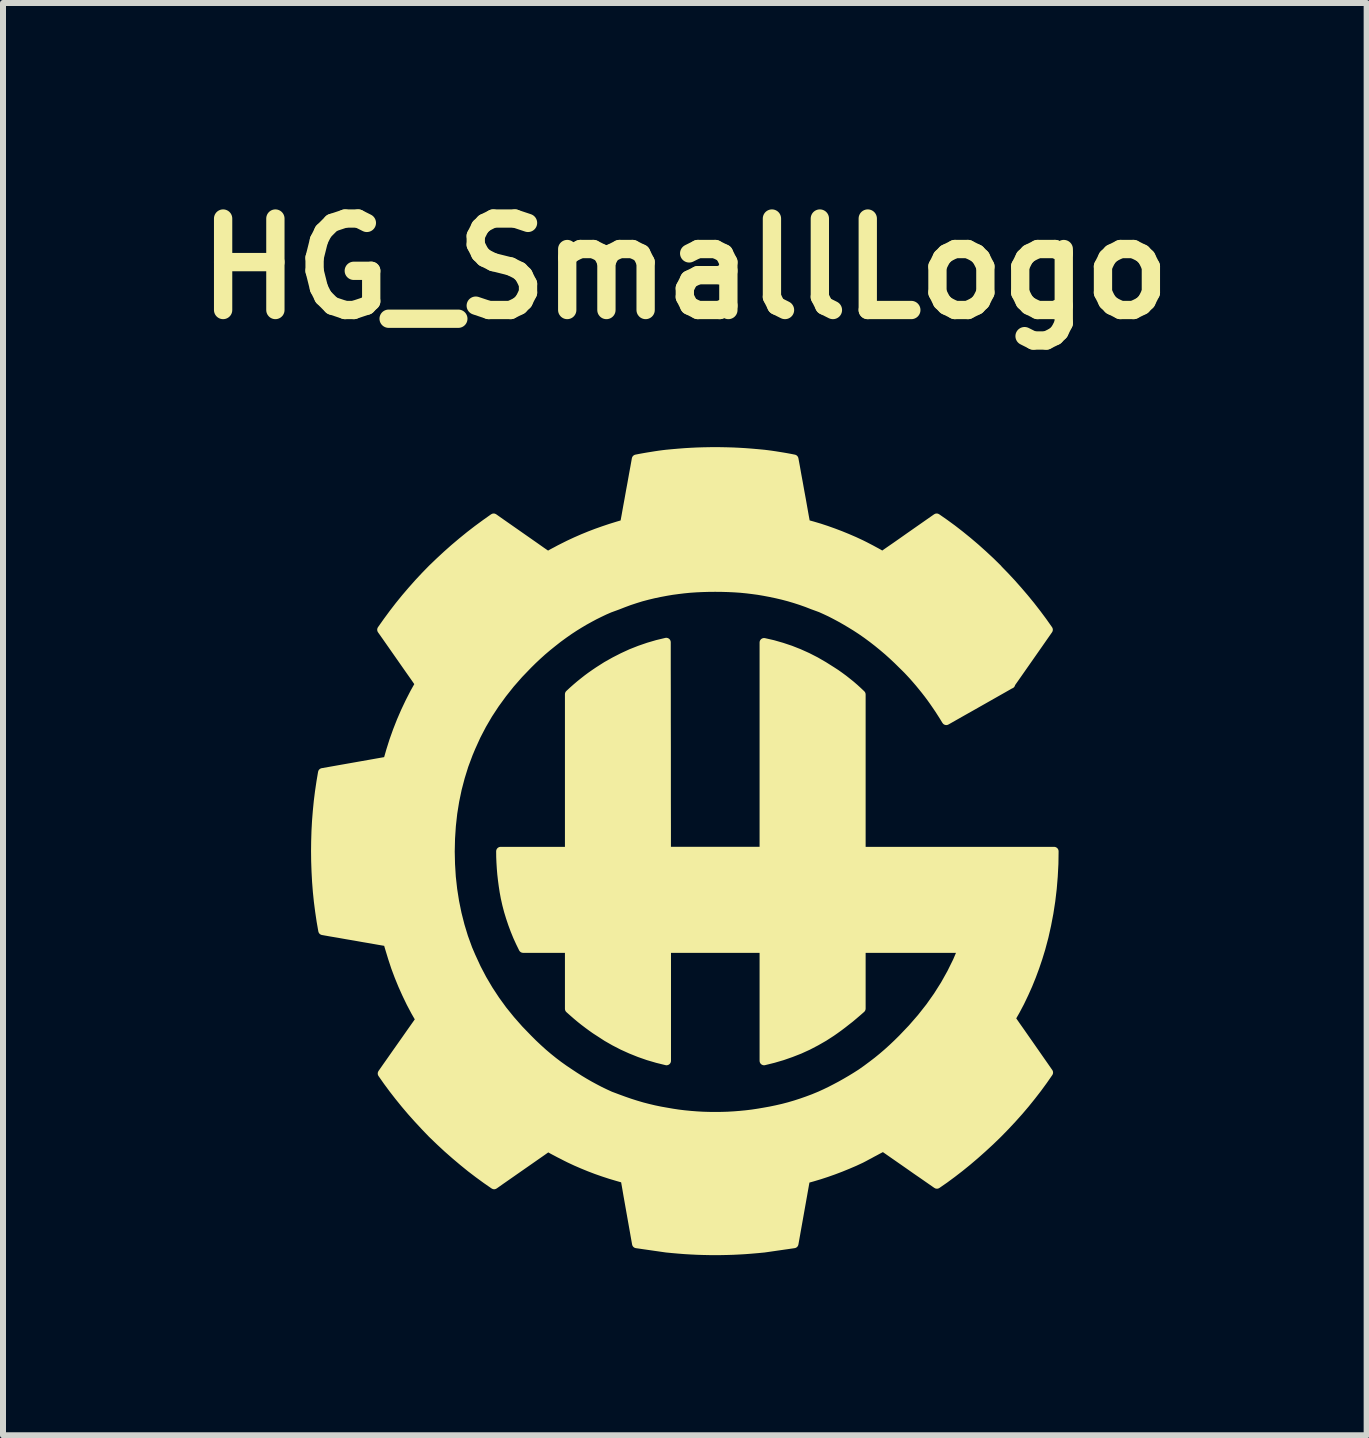
<source format=kicad_pcb>
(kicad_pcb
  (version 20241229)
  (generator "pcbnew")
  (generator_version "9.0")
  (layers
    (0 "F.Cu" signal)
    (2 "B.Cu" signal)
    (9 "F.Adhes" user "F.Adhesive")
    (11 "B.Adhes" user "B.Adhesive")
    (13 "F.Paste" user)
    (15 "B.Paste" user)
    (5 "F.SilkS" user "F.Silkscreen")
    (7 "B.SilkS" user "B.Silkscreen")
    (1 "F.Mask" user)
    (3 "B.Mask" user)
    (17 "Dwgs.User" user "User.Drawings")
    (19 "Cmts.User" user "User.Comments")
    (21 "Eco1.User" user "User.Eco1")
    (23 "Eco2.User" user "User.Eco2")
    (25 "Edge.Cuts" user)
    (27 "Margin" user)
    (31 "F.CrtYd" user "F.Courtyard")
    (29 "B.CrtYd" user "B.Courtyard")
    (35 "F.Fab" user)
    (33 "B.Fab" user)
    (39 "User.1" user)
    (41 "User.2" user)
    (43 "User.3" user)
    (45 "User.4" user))
  (footprint "HG_SmallLogo"
    (layer "F.Cu")
    (at 8.36 11.131)
    (property "Reference" "HG_SmallLogo" (at 0 -9.705 0) (layer "F.SilkS") (effects (font (size 1.524 1.524) (thickness 0.305))))
    (attr smd)
    (fp_poly (pts (xy 5.215 -4.7) (xy 5.329 -4.583) (xy 5.441 -4.463) (xy 5.55 -4.34) (xy 5.657 -4.215) (xy 5.761 -4.088) (xy 5.862 -3.958) (xy 5.961 -3.825) (xy 6.057 -3.689) (xy 5.978 -3.576) (xy 5.9 -3.464) (xy 5.821 -3.351) (xy 5.742 -3.238) (xy 5.663 -3.125) (xy 5.584 -3.012) (xy 5.505 -2.899) (xy 5.426 -2.787) (xy 5.427 -2.786) (xy 5.427 -2.785) (xy 5.428 -2.785) (xy 5.428 -2.784) (xy 5.429 -2.783) (xy 5.429 -2.783) (xy 5.43 -2.783) (xy 5.43 -2.782) (xy 5.43 -2.782) (xy 5.429 -2.782) (xy 5.429 -2.782) (xy 5.428 -2.782) (xy 5.428 -2.782) (xy 5.427 -2.782) (xy 5.427 -2.782) (xy 5.426 -2.782) (xy 5.293 -2.706) (xy 5.159 -2.63) (xy 5.025 -2.554) (xy 4.891 -2.478) (xy 4.757 -2.402) (xy 4.624 -2.327) (xy 4.49 -2.251) (xy 4.356 -2.175) (xy 4.317 -2.239) (xy 4.277 -2.302) (xy 4.236 -2.366) (xy 4.193 -2.429) (xy 4.149 -2.493) (xy 4.104 -2.556) (xy 4.057 -2.619) (xy 4.008 -2.682) (xy 3.957 -2.745) (xy 3.907 -2.806) (xy 3.857 -2.864) (xy 3.809 -2.919) (xy 3.761 -2.971) (xy 3.715 -3.02) (xy 3.669 -3.066) (xy 3.625 -3.109) (xy 3.548 -3.185) (xy 3.468 -3.26) (xy 3.386 -3.334) (xy 3.301 -3.406) (xy 3.214 -3.477) (xy 3.125 -3.546) (xy 3.033 -3.614) (xy 2.938 -3.68) (xy 2.849 -3.738) (xy 2.761 -3.792) (xy 2.675 -3.843) (xy 2.59 -3.891) (xy 2.506 -3.936) (xy 2.424 -3.978) (xy 2.343 -4.016) (xy 2.263 -4.052) (xy 2.246 -4.058) (xy 2.23 -4.064) (xy 2.214 -4.07) (xy 2.197 -4.076) (xy 2.181 -4.082) (xy 2.164 -4.088) (xy 2.148 -4.094) (xy 2.131 -4.1) (xy 2.034 -4.138) (xy 1.935 -4.173) (xy 1.836 -4.205) (xy 1.735 -4.235) (xy 1.633 -4.262) (xy 1.53 -4.286) (xy 1.426 -4.308) (xy 1.32 -4.328) (xy 1.226 -4.344) (xy 1.13 -4.357) (xy 1.032 -4.369) (xy 0.931 -4.379) (xy 0.828 -4.386) (xy 0.723 -4.391) (xy 0.615 -4.394) (xy 0.506 -4.395) (xy 0.397 -4.394) (xy 0.29 -4.391) (xy 0.185 -4.386) (xy 0.082 -4.379) (xy -0.019 -4.369) (xy -0.117 -4.357) (xy -0.214 -4.344) (xy -0.309 -4.328) (xy -0.415 -4.308) (xy -0.52 -4.286) (xy -0.624 -4.261) (xy -0.726 -4.234) (xy -0.826 -4.203) (xy -0.926 -4.17) (xy -1.023 -4.134) (xy -1.12 -4.096) (xy -1.136 -4.09) (xy -1.153 -4.084) (xy -1.169 -4.078) (xy -1.186 -4.072) (xy -1.202 -4.066) (xy -1.219 -4.06) (xy -1.235 -4.054) (xy -1.252 -4.048) (xy -1.337 -4.011) (xy -1.421 -3.971) (xy -1.506 -3.929) (xy -1.59 -3.884) (xy -1.675 -3.837) (xy -1.759 -3.787) (xy -1.843 -3.735) (xy -1.927 -3.68) (xy -2.021 -3.614) (xy -2.114 -3.546) (xy -2.203 -3.476) (xy -2.29 -3.406) (xy -2.375 -3.334) (xy -2.457 -3.26) (xy -2.537 -3.185) (xy -2.614 -3.109) (xy -2.766 -2.951) (xy -2.908 -2.789) (xy -3.04 -2.623) (xy -3.163 -2.454) (xy -3.276 -2.282) (xy -3.379 -2.106) (xy -3.473 -1.926) (xy -3.556 -1.743) (xy -3.563 -1.728) (xy -3.569 -1.712) (xy -3.576 -1.697) (xy -3.582 -1.681) (xy -3.589 -1.666) (xy -3.595 -1.65) (xy -3.602 -1.635) (xy -3.608 -1.619) (xy -3.679 -1.429) (xy -3.739 -1.236) (xy -3.791 -1.038) (xy -3.833 -0.837) (xy -3.866 -0.632) (xy -3.889 -0.423) (xy -3.903 -0.21) (xy -3.908 0.007) (xy -3.903 0.221) (xy -3.89 0.431) (xy -3.867 0.638) (xy -3.835 0.842) (xy -3.794 1.043) (xy -3.744 1.24) (xy -3.685 1.434) (xy -3.616 1.624) (xy -3.609 1.642) (xy -3.601 1.659) (xy -3.594 1.677) (xy -3.586 1.694) (xy -3.579 1.712) (xy -3.571 1.729) (xy -3.564 1.747) (xy -3.556 1.764) (xy -3.47 1.951) (xy -3.375 2.132) (xy -3.27 2.31) (xy -3.157 2.482) (xy -3.035 2.65) (xy -2.903 2.813) (xy -2.763 2.972) (xy -2.614 3.126) (xy -2.532 3.208) (xy -2.449 3.286) (xy -2.365 3.362) (xy -2.279 3.435) (xy -2.192 3.505) (xy -2.104 3.572) (xy -2.014 3.636) (xy -1.923 3.697) (xy -1.84 3.752) (xy -1.757 3.805) (xy -1.674 3.855) (xy -1.589 3.904) (xy -1.504 3.95) (xy -1.418 3.995) (xy -1.331 4.037) (xy -1.244 4.077) (xy -1.228 4.083) (xy -1.212 4.089) (xy -1.196 4.095) (xy -1.18 4.101) (xy -1.164 4.107) (xy -1.148 4.113) (xy -1.132 4.119) (xy -1.116 4.125) (xy -1.015 4.162) (xy -0.914 4.197) (xy -0.813 4.229) (xy -0.711 4.259) (xy -0.61 4.285) (xy -0.509 4.309) (xy -0.407 4.33) (xy -0.305 4.348) (xy -0.207 4.365) (xy -0.108 4.38) (xy -0.008 4.392) (xy 0.093 4.402) (xy 0.195 4.41) (xy 0.298 4.416) (xy 0.401 4.419) (xy 0.506 4.42) (xy 0.61 4.419) (xy 0.714 4.416) (xy 0.817 4.41) (xy 0.919 4.402) (xy 1.021 4.392) (xy 1.121 4.38) (xy 1.221 4.365) (xy 1.321 4.348) (xy 1.427 4.329) (xy 1.532 4.307) (xy 1.637 4.283) (xy 1.74 4.256) (xy 1.842 4.226) (xy 1.944 4.193) (xy 2.044 4.158) (xy 2.143 4.121) (xy 2.158 4.115) (xy 2.172 4.109) (xy 2.187 4.103) (xy 2.201 4.097) (xy 2.216 4.091) (xy 2.23 4.085) (xy 2.245 4.079) (xy 2.259 4.073) (xy 2.344 4.034) (xy 2.429 3.993) (xy 2.514 3.949) (xy 2.599 3.904) (xy 2.684 3.856) (xy 2.768 3.807) (xy 2.853 3.755) (xy 2.938 3.701) (xy 3.03 3.636) (xy 3.12 3.569) (xy 3.209 3.501) (xy 3.296 3.43) (xy 3.381 3.357) (xy 3.464 3.282) (xy 3.545 3.205) (xy 3.625 3.126) (xy 3.789 2.954) (xy 3.942 2.778) (xy 4.084 2.598) (xy 4.214 2.414) (xy 4.333 2.226) (xy 4.441 2.033) (xy 4.538 1.837) (xy 4.624 1.636) (xy 4.624 1.634) (xy 4.625 1.632) (xy 4.625 1.63) (xy 4.626 1.628) (xy 4.626 1.626) (xy 4.627 1.624) (xy 4.627 1.622) (xy 4.628 1.62) (xy 4.416 1.62) (xy 4.205 1.62) (xy 3.994 1.62) (xy 3.783 1.62) (xy 3.572 1.62) (xy 3.36 1.62) (xy 3.149 1.62) (xy 2.938 1.62) (xy 2.938 1.746) (xy 2.938 1.871) (xy 2.938 1.996) (xy 2.938 2.122) (xy 2.938 2.247) (xy 2.938 2.372) (xy 2.938 2.498) (xy 2.938 2.623) (xy 2.874 2.679) (xy 2.811 2.733) (xy 2.749 2.785) (xy 2.686 2.834) (xy 2.625 2.882) (xy 2.564 2.928) (xy 2.503 2.972) (xy 2.443 3.014) (xy 2.316 3.096) (xy 2.185 3.171) (xy 2.051 3.241) (xy 1.913 3.304) (xy 1.77 3.36) (xy 1.624 3.411) (xy 1.474 3.455) (xy 1.32 3.493) (xy 1.32 3.259) (xy 1.32 3.025) (xy 1.32 2.791) (xy 1.32 2.557) (xy 1.32 2.322) (xy 1.32 2.088) (xy 1.32 1.854) (xy 1.32 1.62) (xy 1.117 1.62) (xy 0.914 1.62) (xy 0.711 1.62) (xy 0.508 1.62) (xy 0.304 1.62) (xy 0.101 1.62) (xy -0.102 1.62) (xy -0.305 1.62) (xy -0.305 1.854) (xy -0.305 2.088) (xy -0.305 2.322) (xy -0.305 2.557) (xy -0.305 2.791) (xy -0.305 3.025) (xy -0.305 3.259) (xy -0.305 3.493) (xy -0.459 3.455) (xy -0.609 3.411) (xy -0.755 3.36) (xy -0.897 3.303) (xy -1.036 3.24) (xy -1.17 3.171) (xy -1.301 3.096) (xy -1.427 3.014) (xy -1.489 2.974) (xy -1.55 2.931) (xy -1.611 2.886) (xy -1.673 2.839) (xy -1.735 2.79) (xy -1.797 2.738) (xy -1.86 2.683) (xy -1.923 2.627) (xy -1.923 2.501) (xy -1.923 2.375) (xy -1.923 2.249) (xy -1.923 2.123) (xy -1.923 1.998) (xy -1.923 1.872) (xy -1.923 1.746) (xy -1.923 1.62) (xy -2.019 1.62) (xy -2.115 1.62) (xy -2.212 1.62) (xy -2.308 1.62) (xy -2.405 1.62) (xy -2.501 1.62) (xy -2.597 1.62) (xy -2.694 1.62) (xy -2.743 1.52) (xy -2.789 1.419) (xy -2.831 1.316) (xy -2.87 1.211) (xy -2.906 1.104) (xy -2.939 0.996) (xy -2.968 0.885) (xy -2.993 0.773) (xy -3.011 0.676) (xy -3.026 0.578) (xy -3.039 0.481) (xy -3.05 0.385) (xy -3.058 0.289) (xy -3.064 0.193) (xy -3.068 0.098) (xy -3.069 0.003) (xy -2.994 0.003) (xy -2.919 0.003) (xy -2.844 0.003) (xy -2.77 0.003) (xy -2.695 0.003) (xy -2.62 0.003) (xy -2.545 0.003) (xy -2.47 0.003) (xy -2.469 0.004) (xy -2.468 0.006) (xy -2.467 0.009) (xy -2.466 0.011) (xy -2.465 0.013) (xy -2.464 0.015) (xy -2.463 0.017) (xy -2.462 0.018) (xy -2.461 0.017) (xy -2.46 0.015) (xy -2.459 0.013) (xy -2.458 0.011) (xy -2.457 0.009) (xy -2.456 0.006) (xy -2.455 0.004) (xy -2.454 0.003) (xy -2.388 0.003) (xy -2.321 0.003) (xy -2.255 0.003) (xy -2.189 0.003) (xy -2.122 0.003) (xy -2.056 0.003) (xy -1.989 0.003) (xy -1.923 0.003) (xy -1.923 -0.325) (xy -1.923 -0.652) (xy -1.923 -0.979) (xy -1.923 -1.306) (xy -1.923 -1.633) (xy -1.923 -1.96) (xy -1.923 -2.287) (xy -1.923 -2.614) (xy -1.864 -2.669) (xy -1.804 -2.722) (xy -1.744 -2.773) (xy -1.683 -2.822) (xy -1.622 -2.87) (xy -1.561 -2.915) (xy -1.498 -2.959) (xy -1.436 -3.001) (xy -1.304 -3.085) (xy -1.169 -3.161) (xy -1.032 -3.231) (xy -0.893 -3.295) (xy -0.751 -3.351) (xy -0.606 -3.401) (xy -0.459 -3.444) (xy -0.309 -3.48) (xy -0.309 -3.045) (xy -0.308 -2.61) (xy -0.308 -2.174) (xy -0.307 -1.739) (xy -0.307 -1.304) (xy -0.307 -0.868) (xy -0.306 -0.433) (xy -0.306 0.002) (xy -0.102 0.002) (xy 0.101 0.002) (xy 0.304 0.002) (xy 0.507 0.002) (xy 0.71 0.002) (xy 0.914 0.002) (xy 1.117 0.002) (xy 1.32 0.002) (xy 1.32 -0.432) (xy 1.32 -0.867) (xy 1.32 -1.302) (xy 1.32 -1.737) (xy 1.32 -2.172) (xy 1.32 -2.607) (xy 1.32 -3.042) (xy 1.32 -3.476) (xy 1.469 -3.442) (xy 1.615 -3.4) (xy 1.759 -3.352) (xy 1.901 -3.296) (xy 2.041 -3.233) (xy 2.178 -3.163) (xy 2.313 -3.085) (xy 2.446 -3.001) (xy 2.514 -2.957) (xy 2.579 -2.911) (xy 2.643 -2.864) (xy 2.705 -2.815) (xy 2.766 -2.766) (xy 2.825 -2.715) (xy 2.882 -2.663) (xy 2.938 -2.61) (xy 2.938 -2.283) (xy 2.938 -1.957) (xy 2.938 -1.63) (xy 2.938 -1.304) (xy 2.938 -0.977) (xy 2.938 -0.651) (xy 2.938 -0.324) (xy 2.938 0.003) (xy 3.34 0.003) (xy 3.742 0.003) (xy 4.143 0.003) (xy 4.545 0.003) (xy 4.947 0.003) (xy 5.349 0.003) (xy 5.751 0.003) (xy 6.153 0.003) (xy 6.15 0.212) (xy 6.139 0.42) (xy 6.122 0.625) (xy 6.098 0.828) (xy 6.067 1.029) (xy 6.029 1.228) (xy 5.985 1.425) (xy 5.933 1.62) (xy 5.885 1.777) (xy 5.833 1.931) (xy 5.777 2.082) (xy 5.717 2.23) (xy 5.652 2.375) (xy 5.584 2.517) (xy 5.511 2.655) (xy 5.434 2.79) (xy 5.512 2.903) (xy 5.591 3.015) (xy 5.669 3.127) (xy 5.748 3.24) (xy 5.826 3.352) (xy 5.904 3.464) (xy 5.983 3.577) (xy 6.061 3.689) (xy 5.97 3.82) (xy 5.875 3.95) (xy 5.775 4.079) (xy 5.672 4.207) (xy 5.564 4.334) (xy 5.451 4.46) (xy 5.335 4.584) (xy 5.214 4.708) (xy 5.088 4.83) (xy 4.961 4.947) (xy 4.834 5.06) (xy 4.707 5.168) (xy 4.58 5.271) (xy 4.453 5.369) (xy 4.327 5.462) (xy 4.2 5.55) (xy 4.088 5.472) (xy 3.976 5.394) (xy 3.864 5.317) (xy 3.753 5.239) (xy 3.641 5.161) (xy 3.529 5.083) (xy 3.417 5.005) (xy 3.305 4.927) (xy 3.259 4.952) (xy 3.213 4.976) (xy 3.167 5.001) (xy 3.121 5.025) (xy 3.076 5.05) (xy 3.03 5.074) (xy 2.984 5.099) (xy 2.938 5.123) (xy 2.824 5.176) (xy 2.709 5.225) (xy 2.594 5.272) (xy 2.478 5.316) (xy 2.362 5.357) (xy 2.246 5.395) (xy 2.129 5.43) (xy 2.011 5.463) (xy 1.987 5.597) (xy 1.963 5.732) (xy 1.939 5.867) (xy 1.915 6.002) (xy 1.891 6.137) (xy 1.867 6.271) (xy 1.843 6.406) (xy 1.819 6.541) (xy 1.757 6.55) (xy 1.695 6.559) (xy 1.632 6.568) (xy 1.57 6.577) (xy 1.507 6.586) (xy 1.445 6.595) (xy 1.383 6.604) (xy 1.32 6.613) (xy 1.216 6.623) (xy 1.112 6.632) (xy 1.009 6.64) (xy 0.907 6.646) (xy 0.805 6.651) (xy 0.705 6.654) (xy 0.605 6.656) (xy 0.505 6.657) (xy 0.407 6.656) (xy 0.308 6.654) (xy 0.208 6.651) (xy 0.107 6.646) (xy 0.005 6.64) (xy -0.098 6.632) (xy -0.201 6.623) (xy -0.305 6.613) (xy -0.368 6.604) (xy -0.43 6.595) (xy -0.493 6.586) (xy -0.555 6.577) (xy -0.618 6.568) (xy -0.68 6.559) (xy -0.742 6.55) (xy -0.805 6.541) (xy -0.829 6.406) (xy -0.853 6.27) (xy -0.877 6.135) (xy -0.901 6) (xy -0.925 5.864) (xy -0.949 5.729) (xy -0.972 5.594) (xy -0.996 5.459) (xy -1.119 5.424) (xy -1.24 5.388) (xy -1.359 5.349) (xy -1.476 5.308) (xy -1.591 5.264) (xy -1.703 5.218) (xy -1.814 5.17) (xy -1.923 5.119) (xy -1.981 5.09) (xy -2.035 5.062) (xy -2.085 5.037) (xy -2.132 5.012) (xy -2.174 4.99) (xy -2.213 4.969) (xy -2.248 4.949) (xy -2.279 4.931) (xy -2.391 5.01) (xy -2.503 5.088) (xy -2.616 5.167) (xy -2.728 5.245) (xy -2.84 5.323) (xy -2.953 5.402) (xy -3.065 5.48) (xy -3.177 5.559) (xy -3.307 5.469) (xy -3.436 5.375) (xy -3.566 5.276) (xy -3.694 5.172) (xy -3.823 5.063) (xy -3.952 4.95) (xy -4.08 4.831) (xy -4.208 4.708) (xy -4.327 4.584) (xy -4.443 4.459) (xy -4.554 4.335) (xy -4.66 4.21) (xy -4.762 4.084) (xy -4.86 3.958) (xy -4.953 3.832) (xy -5.042 3.705) (xy -4.964 3.593) (xy -4.885 3.481) (xy -4.806 3.368) (xy -4.727 3.256) (xy -4.648 3.144) (xy -4.569 3.031) (xy -4.49 2.919) (xy -4.411 2.807) (xy -4.491 2.668) (xy -4.566 2.526) (xy -4.636 2.381) (xy -4.702 2.234) (xy -4.763 2.085) (xy -4.82 1.933) (xy -4.871 1.778) (xy -4.919 1.62) (xy -4.923 1.607) (xy -4.927 1.593) (xy -4.931 1.58) (xy -4.935 1.566) (xy -4.939 1.553) (xy -4.943 1.539) (xy -4.947 1.526) (xy -4.951 1.512) (xy -5.086 1.489) (xy -5.221 1.465) (xy -5.357 1.442) (xy -5.492 1.418) (xy -5.627 1.395) (xy -5.762 1.371) (xy -5.898 1.348) (xy -6.033 1.324) (xy -6.061 1.164) (xy -6.085 1.002) (xy -6.106 0.839) (xy -6.123 0.674) (xy -6.136 0.508) (xy -6.145 0.341) (xy -6.151 0.172) (xy -6.153 0.002) (xy -6.153 0.002) (xy -6.153 0.001) (xy -6.153 0.00043) (xy -6.153 -0.00019) (xy -6.153 -0.001) (xy -6.153 -0.001) (xy -6.153 -0.002) (xy -6.153 -0.003) (xy -6.151 -0.169) (xy -6.146 -0.334) (xy -6.137 -0.499) (xy -6.124 -0.663) (xy -6.108 -0.826) (xy -6.088 -0.987) (xy -6.064 -1.149) (xy -6.037 -1.309) (xy -5.901 -1.333) (xy -5.766 -1.357) (xy -5.63 -1.381) (xy -5.494 -1.405) (xy -5.358 -1.429) (xy -5.222 -1.453) (xy -5.087 -1.477) (xy -4.951 -1.501) (xy -4.902 -1.672) (xy -4.849 -1.84) (xy -4.79 -2.005) (xy -4.726 -2.168) (xy -4.657 -2.327) (xy -4.583 -2.483) (xy -4.504 -2.637) (xy -4.42 -2.787) (xy -4.498 -2.9) (xy -4.577 -3.012) (xy -4.656 -3.125) (xy -4.735 -3.238) (xy -4.814 -3.351) (xy -4.893 -3.464) (xy -4.972 -3.577) (xy -5.051 -3.689) (xy -4.955 -3.825) (xy -4.857 -3.958) (xy -4.756 -4.089) (xy -4.652 -4.217) (xy -4.545 -4.342) (xy -4.436 -4.465) (xy -4.323 -4.586) (xy -4.208 -4.704) (xy -4.086 -4.821) (xy -3.963 -4.935) (xy -3.838 -5.046) (xy -3.711 -5.153) (xy -3.582 -5.258) (xy -3.451 -5.359) (xy -3.319 -5.456) (xy -3.185 -5.551) (xy -3.073 -5.472) (xy -2.96 -5.393) (xy -2.847 -5.314) (xy -2.734 -5.235) (xy -2.621 -5.156) (xy -2.508 -5.077) (xy -2.396 -4.998) (xy -2.283 -4.92) (xy -2.252 -4.937) (xy -2.217 -4.957) (xy -2.178 -4.978) (xy -2.136 -5) (xy -2.09 -5.025) (xy -2.039 -5.051) (xy -1.985 -5.078) (xy -1.927 -5.107) (xy -1.813 -5.16) (xy -1.699 -5.21) (xy -1.584 -5.257) (xy -1.469 -5.301) (xy -1.353 -5.342) (xy -1.237 -5.381) (xy -1.121 -5.417) (xy -1.005 -5.451) (xy -0.98 -5.586) (xy -0.956 -5.721) (xy -0.931 -5.857) (xy -0.907 -5.992) (xy -0.882 -6.127) (xy -0.858 -6.262) (xy -0.833 -6.398) (xy -0.809 -6.533) (xy -0.743 -6.546) (xy -0.677 -6.558) (xy -0.613 -6.569) (xy -0.55 -6.579) (xy -0.488 -6.589) (xy -0.428 -6.598) (xy -0.368 -6.606) (xy -0.31 -6.613) (xy -0.205 -6.623) (xy -0.101 -6.632) (xy 0.002 -6.64) (xy 0.104 -6.646) (xy 0.205 -6.651) (xy 0.306 -6.654) (xy 0.406 -6.656) (xy 0.505 -6.657) (xy 0.604 -6.656) (xy 0.704 -6.654) (xy 0.805 -6.651) (xy 0.907 -6.646) (xy 1.009 -6.64) (xy 1.112 -6.632) (xy 1.215 -6.623) (xy 1.32 -6.613) (xy 1.378 -6.606) (xy 1.438 -6.598) (xy 1.499 -6.589) (xy 1.561 -6.579) (xy 1.624 -6.569) (xy 1.688 -6.558) (xy 1.753 -6.546) (xy 1.819 -6.533) (xy 1.844 -6.398) (xy 1.868 -6.262) (xy 1.893 -6.127) (xy 1.917 -5.992) (xy 1.942 -5.857) (xy 1.966 -5.721) (xy 1.99 -5.586) (xy 2.015 -5.451) (xy 2.13 -5.419) (xy 2.245 -5.385) (xy 2.36 -5.347) (xy 2.475 -5.306) (xy 2.591 -5.262) (xy 2.706 -5.215) (xy 2.822 -5.165) (xy 2.938 -5.111) (xy 2.996 -5.082) (xy 3.05 -5.054) (xy 3.1 -5.028) (xy 3.146 -5.003) (xy 3.189 -4.98) (xy 3.227 -4.959) (xy 3.262 -4.938) (xy 3.293 -4.92) (xy 3.406 -4.999) (xy 3.519 -5.077) (xy 3.632 -5.156) (xy 3.744 -5.235) (xy 3.857 -5.314) (xy 3.97 -5.393) (xy 4.083 -5.472) (xy 4.196 -5.551) (xy 4.327 -5.46) (xy 4.457 -5.365) (xy 4.586 -5.265) (xy 4.714 -5.161) (xy 4.841 -5.053) (xy 4.966 -4.941) (xy 5.091 -4.825) (xy 5.214 -4.704) (xy 5.214 -4.704) (xy 5.215 -4.7)) (stroke (width 0.149) (type solid)) (fill yes) (layer "F.SilkS")))
  (gr_rect
    (start -3 -3)
    (end 19.72 20.863)
    (stroke (width 0.1) (type default))
    (fill no)
    (layer "Edge.Cuts")))
</source>
